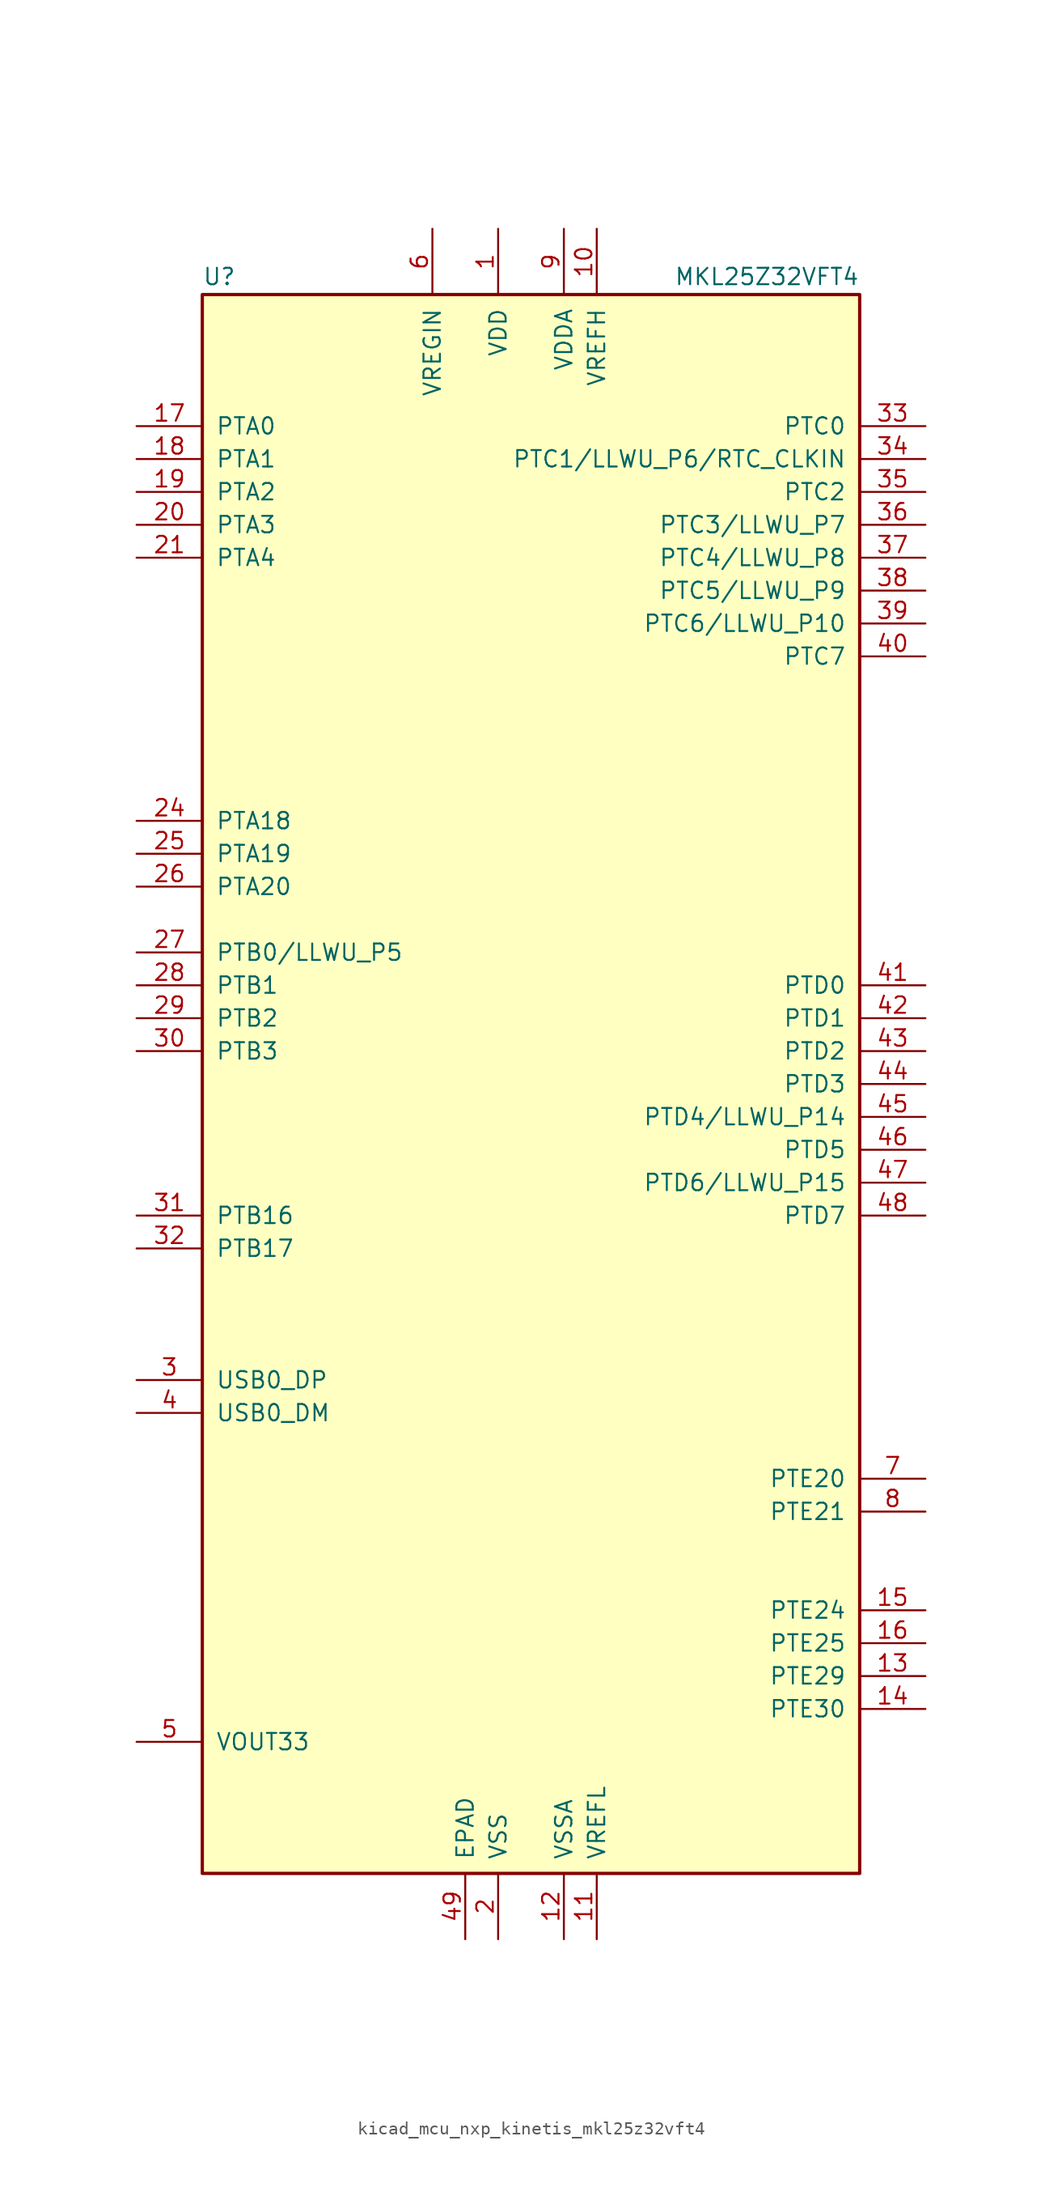
<source format=kicad_sym>
(kicad_symbol_lib
  (version 20220914)
  (generator kicad_symbol_editor)
  (symbol "kicad_mcu_nxp_kinetis_mkl25z32vft4"
    (pin_names
      (offset 1.016))
    (property "Reference" "U"
      (at -25.4 61.595 0)
      (effects (font (size 1.27 1.27)) (justify left bottom)))
    (property "Value" "MKL25Z32VFT4"
      (at 25.4 61.595 0)
      (effects (font (size 1.27 1.27)) (justify right bottom)))
    (symbol "kicad_mcu_nxp_kinetis_mkl25z32vft4_0_1"
      (rectangle (start -25.4 60.96) (end 25.4 -60.96) (stroke (width 0.254) (type default)) (fill (type background))))
    (symbol "kicad_mcu_nxp_kinetis_mkl25z32vft4_1_1"
      (pin power_in line (at -2.54 66.04 270) (length 5.08) (name "VDD" (effects (font (size 1.27 1.27)))) (number "1" (effects (font (size 1.27 1.27)))))
      (pin power_in line (at 5.08 66.04 270) (length 5.08) (name "VREFH" (effects (font (size 1.27 1.27)))) (number "10" (effects (font (size 1.27 1.27)))))
      (pin power_in line (at 5.08 -66.04 90) (length 5.08) (name "VREFL" (effects (font (size 1.27 1.27)))) (number "11" (effects (font (size 1.27 1.27)))))
      (pin power_in line (at 2.54 -66.04 90) (length 5.08) (name "VSSA" (effects (font (size 1.27 1.27)))) (number "12" (effects (font (size 1.27 1.27)))))
      (pin bidirectional line (at 30.48 -45.72 180) (length 5.08) (name "PTE29" (effects (font (size 1.27 1.27)))) (number "13" (effects (font (size 1.27 1.27)))))
      (pin bidirectional line (at 30.48 -48.26 180) (length 5.08) (name "PTE30" (effects (font (size 1.27 1.27)))) (number "14" (effects (font (size 1.27 1.27)))))
      (pin bidirectional line (at 30.48 -40.64 180) (length 5.08) (name "PTE24" (effects (font (size 1.27 1.27)))) (number "15" (effects (font (size 1.27 1.27)))))
      (pin bidirectional line (at 30.48 -43.18 180) (length 5.08) (name "PTE25" (effects (font (size 1.27 1.27)))) (number "16" (effects (font (size 1.27 1.27)))))
      (pin bidirectional line (at -30.48 50.8 0) (length 5.08) (name "PTA0" (effects (font (size 1.27 1.27)))) (number "17" (effects (font (size 1.27 1.27)))))
      (pin bidirectional line (at -30.48 48.26 0) (length 5.08) (name "PTA1" (effects (font (size 1.27 1.27)))) (number "18" (effects (font (size 1.27 1.27)))))
      (pin bidirectional line (at -30.48 45.72 0) (length 5.08) (name "PTA2" (effects (font (size 1.27 1.27)))) (number "19" (effects (font (size 1.27 1.27)))))
      (pin power_in line (at -2.54 -66.04 90) (length 5.08) (name "VSS" (effects (font (size 1.27 1.27)))) (number "2" (effects (font (size 1.27 1.27)))))
      (pin bidirectional line (at -30.48 43.18 0) (length 5.08) (name "PTA3" (effects (font (size 1.27 1.27)))) (number "20" (effects (font (size 1.27 1.27)))))
      (pin bidirectional line (at -30.48 40.64 0) (length 5.08) (name "PTA4" (effects (font (size 1.27 1.27)))) (number "21" (effects (font (size 1.27 1.27)))))
      (pin passive line (at -2.54 66.04 270) (length 5.08) hide (name "VDD" (effects (font (size 1.27 1.27)))) (number "22" (effects (font (size 1.27 1.27)))))
      (pin passive line (at -2.54 -66.04 90) (length 5.08) hide (name "VSS" (effects (font (size 1.27 1.27)))) (number "23" (effects (font (size 1.27 1.27)))))
      (pin bidirectional line (at -30.48 20.32 0) (length 5.08) (name "PTA18" (effects (font (size 1.27 1.27)))) (number "24" (effects (font (size 1.27 1.27)))))
      (pin bidirectional line (at -30.48 17.78 0) (length 5.08) (name "PTA19" (effects (font (size 1.27 1.27)))) (number "25" (effects (font (size 1.27 1.27)))))
      (pin bidirectional line (at -30.48 15.24 0) (length 5.08) (name "PTA20" (effects (font (size 1.27 1.27)))) (number "26" (effects (font (size 1.27 1.27)))))
      (pin bidirectional line (at -30.48 10.16 0) (length 5.08) (name "PTB0/LLWU_P5" (effects (font (size 1.27 1.27)))) (number "27" (effects (font (size 1.27 1.27)))))
      (pin bidirectional line (at -30.48 7.62 0) (length 5.08) (name "PTB1" (effects (font (size 1.27 1.27)))) (number "28" (effects (font (size 1.27 1.27)))))
      (pin bidirectional line (at -30.48 5.08 0) (length 5.08) (name "PTB2" (effects (font (size 1.27 1.27)))) (number "29" (effects (font (size 1.27 1.27)))))
      (pin bidirectional line (at -30.48 -22.86 0) (length 5.08) (name "USB0_DP" (effects (font (size 1.27 1.27)))) (number "3" (effects (font (size 1.27 1.27)))))
      (pin bidirectional line (at -30.48 2.54 0) (length 5.08) (name "PTB3" (effects (font (size 1.27 1.27)))) (number "30" (effects (font (size 1.27 1.27)))))
      (pin bidirectional line (at -30.48 -10.16 0) (length 5.08) (name "PTB16" (effects (font (size 1.27 1.27)))) (number "31" (effects (font (size 1.27 1.27)))))
      (pin bidirectional line (at -30.48 -12.7 0) (length 5.08) (name "PTB17" (effects (font (size 1.27 1.27)))) (number "32" (effects (font (size 1.27 1.27)))))
      (pin bidirectional line (at 30.48 50.8 180) (length 5.08) (name "PTC0" (effects (font (size 1.27 1.27)))) (number "33" (effects (font (size 1.27 1.27)))))
      (pin bidirectional line (at 30.48 48.26 180) (length 5.08) (name "PTC1/LLWU_P6/RTC_CLKIN" (effects (font (size 1.27 1.27)))) (number "34" (effects (font (size 1.27 1.27)))))
      (pin bidirectional line (at 30.48 45.72 180) (length 5.08) (name "PTC2" (effects (font (size 1.27 1.27)))) (number "35" (effects (font (size 1.27 1.27)))))
      (pin bidirectional line (at 30.48 43.18 180) (length 5.08) (name "PTC3/LLWU_P7" (effects (font (size 1.27 1.27)))) (number "36" (effects (font (size 1.27 1.27)))))
      (pin bidirectional line (at 30.48 40.64 180) (length 5.08) (name "PTC4/LLWU_P8" (effects (font (size 1.27 1.27)))) (number "37" (effects (font (size 1.27 1.27)))))
      (pin bidirectional line (at 30.48 38.1 180) (length 5.08) (name "PTC5/LLWU_P9" (effects (font (size 1.27 1.27)))) (number "38" (effects (font (size 1.27 1.27)))))
      (pin bidirectional line (at 30.48 35.56 180) (length 5.08) (name "PTC6/LLWU_P10" (effects (font (size 1.27 1.27)))) (number "39" (effects (font (size 1.27 1.27)))))
      (pin bidirectional line (at -30.48 -25.4 0) (length 5.08) (name "USB0_DM" (effects (font (size 1.27 1.27)))) (number "4" (effects (font (size 1.27 1.27)))))
      (pin bidirectional line (at 30.48 33.02 180) (length 5.08) (name "PTC7" (effects (font (size 1.27 1.27)))) (number "40" (effects (font (size 1.27 1.27)))))
      (pin bidirectional line (at 30.48 7.62 180) (length 5.08) (name "PTD0" (effects (font (size 1.27 1.27)))) (number "41" (effects (font (size 1.27 1.27)))))
      (pin bidirectional line (at 30.48 5.08 180) (length 5.08) (name "PTD1" (effects (font (size 1.27 1.27)))) (number "42" (effects (font (size 1.27 1.27)))))
      (pin bidirectional line (at 30.48 2.54 180) (length 5.08) (name "PTD2" (effects (font (size 1.27 1.27)))) (number "43" (effects (font (size 1.27 1.27)))))
      (pin bidirectional line (at 30.48 0 180) (length 5.08) (name "PTD3" (effects (font (size 1.27 1.27)))) (number "44" (effects (font (size 1.27 1.27)))))
      (pin bidirectional line (at 30.48 -2.54 180) (length 5.08) (name "PTD4/LLWU_P14" (effects (font (size 1.27 1.27)))) (number "45" (effects (font (size 1.27 1.27)))))
      (pin bidirectional line (at 30.48 -5.08 180) (length 5.08) (name "PTD5" (effects (font (size 1.27 1.27)))) (number "46" (effects (font (size 1.27 1.27)))))
      (pin bidirectional line (at 30.48 -7.62 180) (length 5.08) (name "PTD6/LLWU_P15" (effects (font (size 1.27 1.27)))) (number "47" (effects (font (size 1.27 1.27)))))
      (pin bidirectional line (at 30.48 -10.16 180) (length 5.08) (name "PTD7" (effects (font (size 1.27 1.27)))) (number "48" (effects (font (size 1.27 1.27)))))
      (pin power_in line (at -5.08 -66.04 90) (length 5.08) (name "EPAD" (effects (font (size 1.27 1.27)))) (number "49" (effects (font (size 1.27 1.27)))))
      (pin power_out line (at -30.48 -50.8 0) (length 5.08) (name "VOUT33" (effects (font (size 1.27 1.27)))) (number "5" (effects (font (size 1.27 1.27)))))
      (pin power_in line (at -7.62 66.04 270) (length 5.08) (name "VREGIN" (effects (font (size 1.27 1.27)))) (number "6" (effects (font (size 1.27 1.27)))))
      (pin bidirectional line (at 30.48 -30.48 180) (length 5.08) (name "PTE20" (effects (font (size 1.27 1.27)))) (number "7" (effects (font (size 1.27 1.27)))))
      (pin bidirectional line (at 30.48 -33.02 180) (length 5.08) (name "PTE21" (effects (font (size 1.27 1.27)))) (number "8" (effects (font (size 1.27 1.27)))))
      (pin power_in line (at 2.54 66.04 270) (length 5.08) (name "VDDA" (effects (font (size 1.27 1.27)))) (number "9" (effects (font (size 1.27 1.27))))))))
</source>
